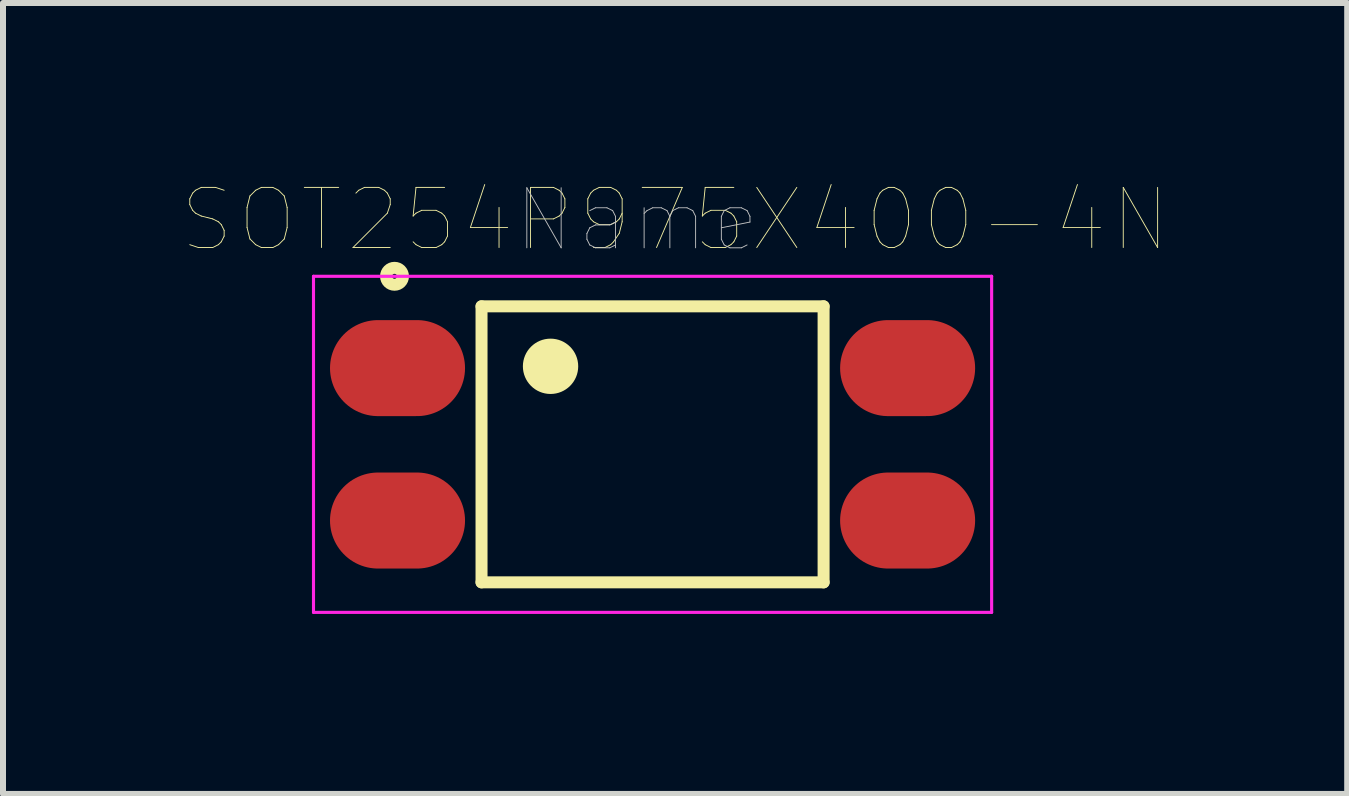
<source format=kicad_pcb>
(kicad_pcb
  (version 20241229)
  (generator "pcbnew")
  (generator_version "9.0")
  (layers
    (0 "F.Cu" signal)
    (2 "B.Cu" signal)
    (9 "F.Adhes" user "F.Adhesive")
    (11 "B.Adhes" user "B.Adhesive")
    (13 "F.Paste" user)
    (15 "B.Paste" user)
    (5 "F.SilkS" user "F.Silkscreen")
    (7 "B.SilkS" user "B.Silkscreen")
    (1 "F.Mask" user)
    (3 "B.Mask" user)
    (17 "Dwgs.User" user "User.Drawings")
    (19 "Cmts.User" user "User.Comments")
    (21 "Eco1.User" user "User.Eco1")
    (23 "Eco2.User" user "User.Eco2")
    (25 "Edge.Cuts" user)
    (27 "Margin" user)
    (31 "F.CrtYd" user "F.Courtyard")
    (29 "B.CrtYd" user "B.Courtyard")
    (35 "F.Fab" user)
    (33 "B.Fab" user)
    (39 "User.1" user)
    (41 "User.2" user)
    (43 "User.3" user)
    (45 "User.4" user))
  (footprint "SOT254P975X400-4N"
    (layer "F.Cu")
    (at 7.824 4.354)
    (property "Reference" "SOT254P975X400-4N" (at 0.376 -3.742 0) (layer "F.SilkS") (effects (font (size 1.002 1.002) (thickness 0.015))))
    (attr through_hole)
    (fp_line (start -2.85 -2.3) (end 2.85 -2.3) (stroke (width 0.2) (type solid)) (layer "F.SilkS"))
    (fp_line (start -2.85 2.3) (end -2.85 -2.3) (stroke (width 0.2) (type solid)) (layer "F.SilkS"))
    (fp_line (start 2.85 -2.3) (end 2.85 2.3) (stroke (width 0.2) (type solid)) (layer "F.SilkS"))
    (fp_line (start 2.85 2.3) (end -2.85 2.3) (stroke (width 0.2) (type solid)) (layer "F.SilkS"))
    (fp_circle (center -4.3 -2.8) (end -4.159 -2.8) (stroke (width 0.2) (type solid)) (fill no) (layer "F.SilkS"))
    (fp_circle (center -1.7 -1.3) (end -1.339 -1.3) (stroke (width 0.2) (type solid)) (fill no) (layer "F.SilkS"))
    (fp_poly (pts (xy -2.001 -1.6) (xy -1.4 -1.6) (xy -1.4 -1.001) (xy -2.001 -1.001)) (stroke (width 0.01) (type solid)) (fill yes) (layer "F.SilkS"))
    (fp_line (start -5.65 -2.8) (end 5.65 -2.8) (stroke (width 0.052) (type solid)) (layer "F.CrtYd"))
    (fp_line (start -5.65 2.8) (end -5.65 -2.8) (stroke (width 0.052) (type solid)) (layer "F.CrtYd"))
    (fp_line (start 5.65 -2.8) (end 5.65 2.8) (stroke (width 0.052) (type solid)) (layer "F.CrtYd"))
    (fp_line (start 5.65 2.8) (end -5.65 2.8) (stroke (width 0.052) (type solid)) (layer "F.CrtYd"))
    (fp_text user "Name" (at -0.26 -3.737 0) (layer "Dwgs.User") (effects (font (size 1.001 1.001) (thickness 0.015))))
    (pad "1" smd oval (at -4.25 -1.27) (size 2.25 1.6) (layers "F.Cu" "F.Mask" "F.Paste"))
    (pad "2" smd oval (at -4.25 1.27) (size 2.25 1.6) (layers "F.Cu" "F.Mask" "F.Paste"))
    (pad "3" smd oval (at 4.25 1.27) (size 2.25 1.6) (layers "F.Cu" "F.Mask" "F.Paste"))
    (pad "4" smd oval (at 4.25 -1.27) (size 2.25 1.6) (layers "F.Cu" "F.Mask" "F.Paste")))
  (gr_rect
    (start -3 -3)
    (end 19.399 10.18)
    (stroke (width 0.1) (type default))
    (fill no)
    (layer "Edge.Cuts")))
</source>
